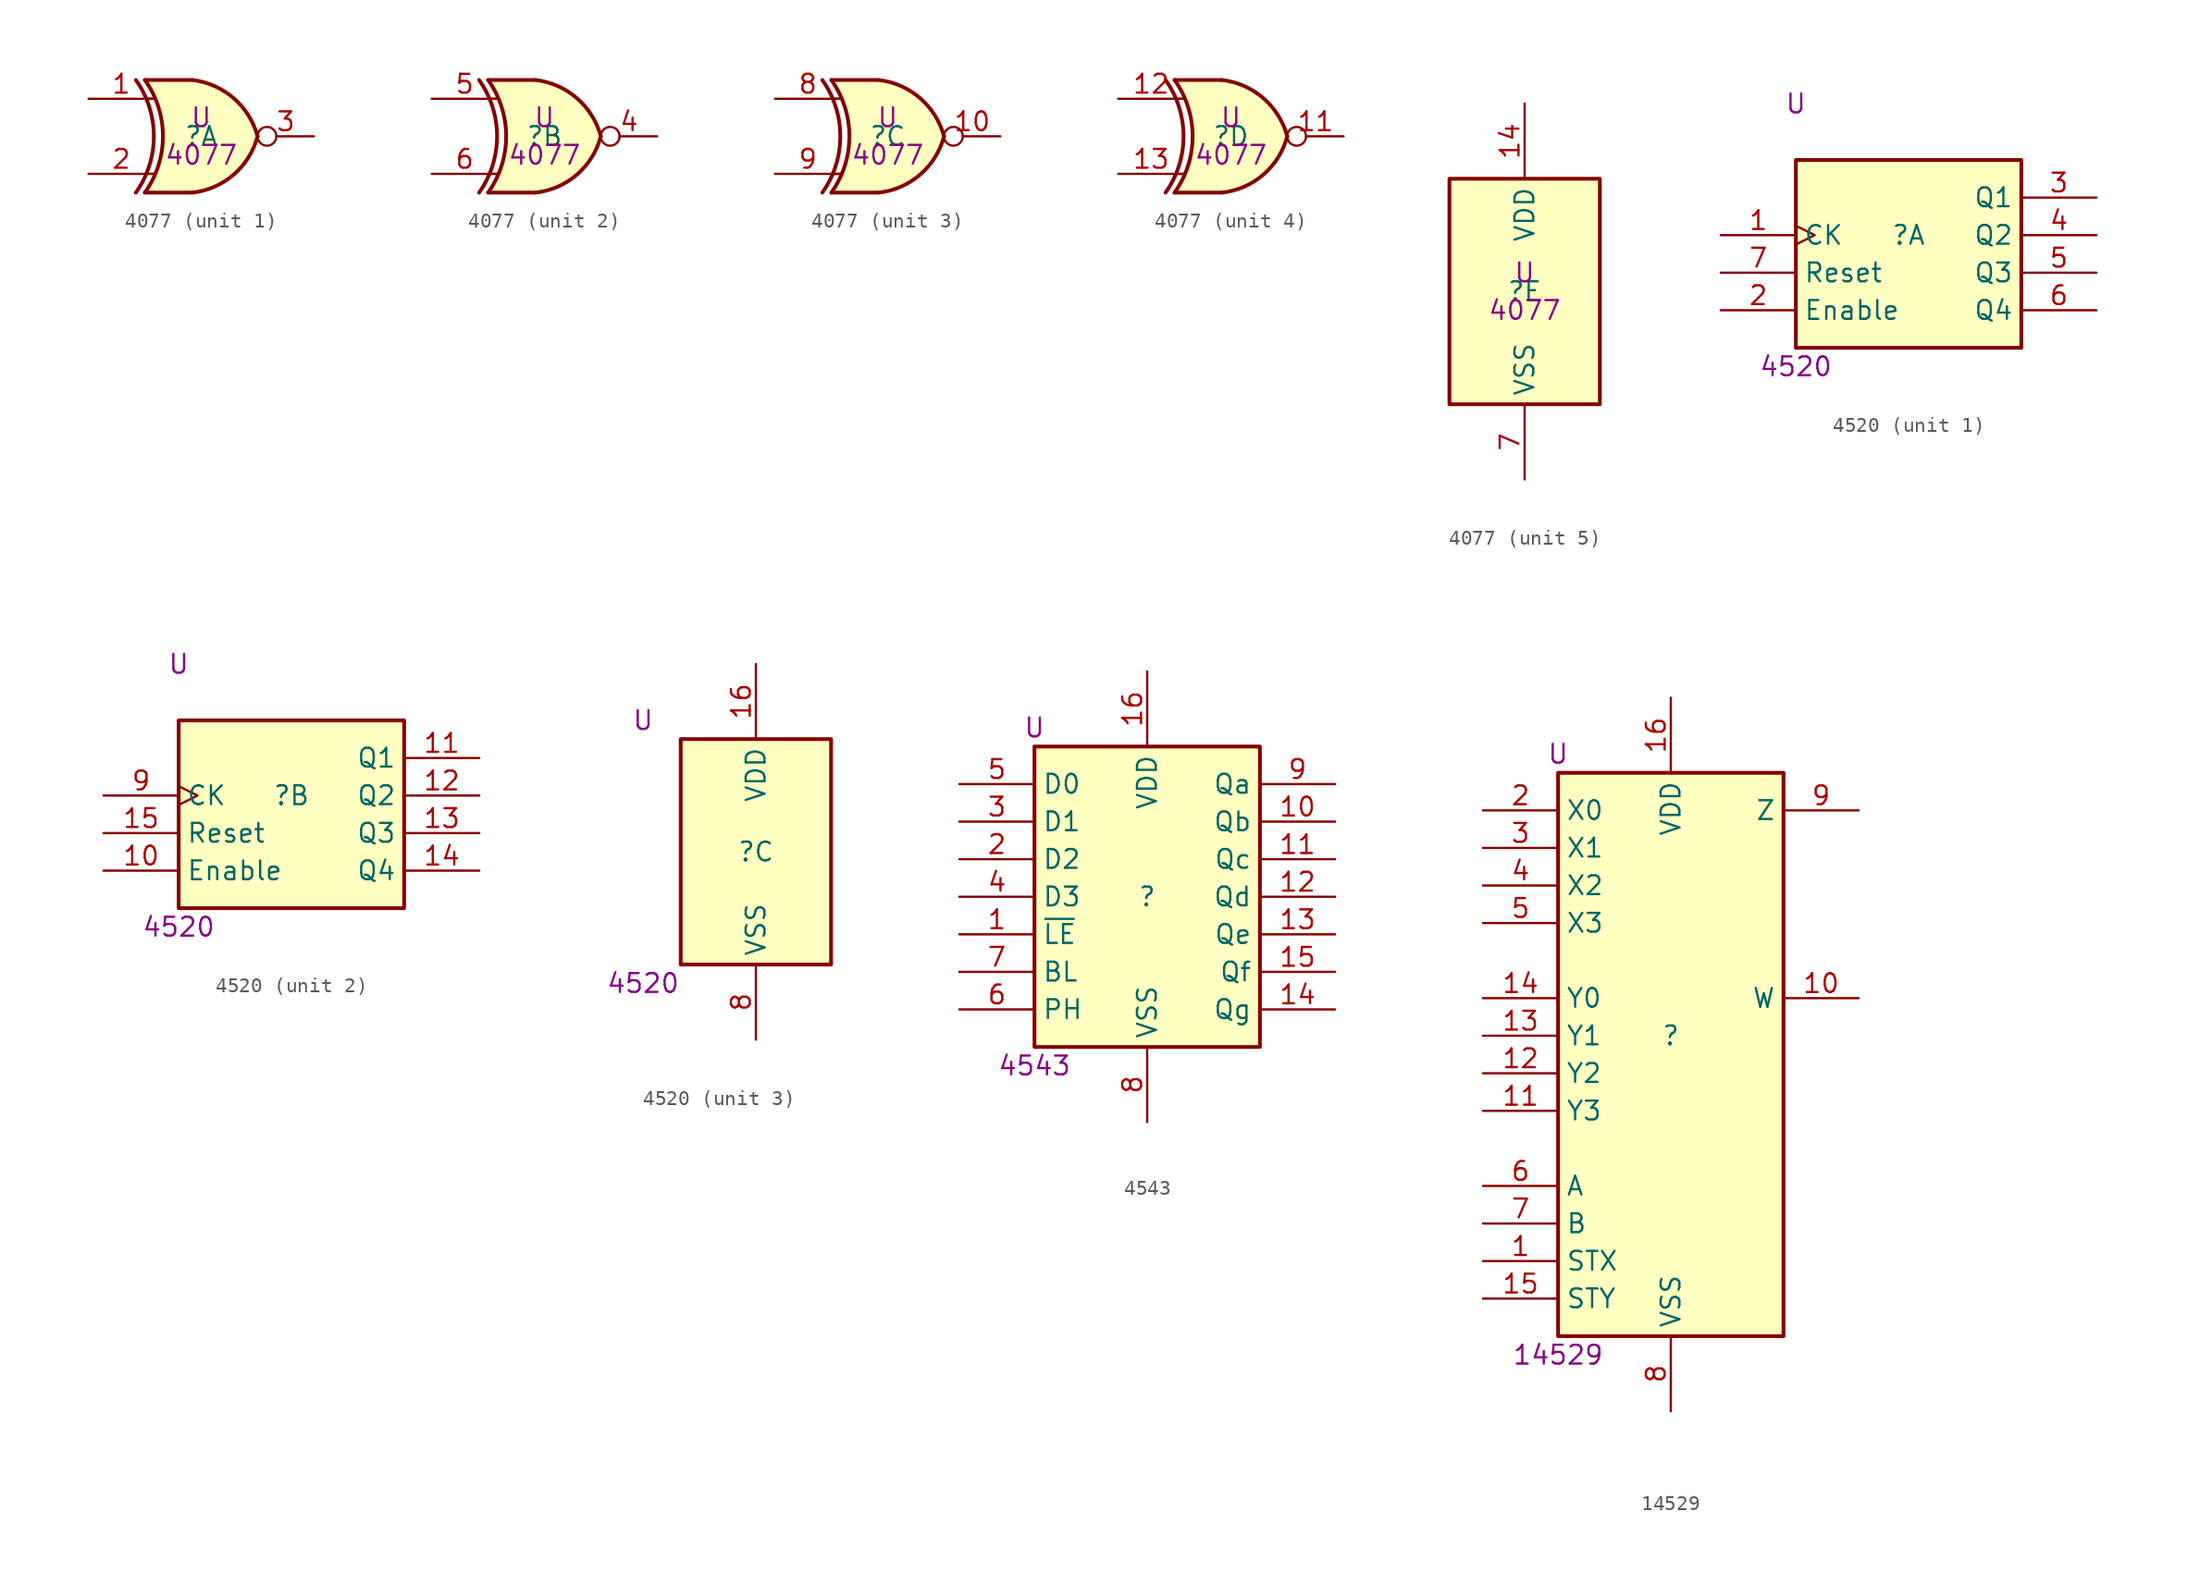
<source format=kicad_sym>
(kicad_symbol_lib
  (version 20200126)
  (host kicad_symbol_editor "(5.99.0-1075-g01a6d0067)")
  (symbol "4077"
    (property "ki_reference" "U"
      (at 0 1.27 0))
    (property "ki_value" "4077"
      (at 0 -1.27 0))
    (property "ki_locked" ""
      (at 0 0 0))
    (symbol "4077_1_0"
      (arc (start -4.4196 3.81) (end -4.4196 -3.81) (radius (at -9.779 0) (length 6.5532) (angles 35.4 -35.4)) (stroke (width 0.254)))
      (arc (start -3.81 3.81) (end -3.81 -3.81) (radius (at -9.144 0) (length 6.5532) (angles 35.4 -35.4)) (stroke (width 0.254)))
      (arc (start 3.81 0) (end -0.6096 3.81) (radius (at -1.1938 -1.3208) (length 5.1816) (angles 15 83.7)) (stroke (width 0.254)) (fill (type background)))
      (arc (start 3.81 0) (end -0.6096 -3.81) (radius (at -1.1938 1.3208) (length 5.1816) (angles -15 -83.7)) (stroke (width 0.254)) (fill (type background)))
      (polyline (pts (xy -3.81 -3.81) (xy -0.635 -3.81)) (stroke (width 0.254)) (fill (type background)))
      (polyline (pts (xy -3.81 3.81) (xy -0.635 3.81)) (stroke (width 0.254)) (fill (type background)))
      (polyline (pts (xy -0.635 3.81) (xy -3.81 3.81) (xy -3.81 3.81) (xy -3.556 3.404) (xy -3.023 2.261) (xy -2.692 1.041) (xy -2.616 -0.254) (xy -2.769 -1.499) (xy -3.175 -2.718) (xy -3.81 -3.81) (xy -3.81 -3.81) (xy -0.635 -3.81)) (stroke (width -25.4)) (fill (type background)))
      (pin input line (at -7.62 2.54 0) (length 4.445) (name "~") (number "1"))
      (pin input line (at -7.62 -2.54 0) (length 4.445) (name "~") (number "2"))
      (pin output inverted (at 7.62 0 180) (length 3.81) (name "~") (number "3")))
    (symbol "4077_2_0"
      (arc (start -4.4196 3.81) (end -4.4196 -3.81) (radius (at -9.779 0) (length 6.5532) (angles 35.4 -35.4)) (stroke (width 0.254)))
      (arc (start -3.81 3.81) (end -3.81 -3.81) (radius (at -9.144 0) (length 6.5532) (angles 35.4 -35.4)) (stroke (width 0.254)))
      (arc (start 3.81 0) (end -0.6096 3.81) (radius (at -1.1938 -1.3208) (length 5.1816) (angles 15 83.7)) (stroke (width 0.254)) (fill (type background)))
      (arc (start 3.81 0) (end -0.6096 -3.81) (radius (at -1.1938 1.3208) (length 5.1816) (angles -15 -83.7)) (stroke (width 0.254)) (fill (type background)))
      (polyline (pts (xy -3.81 -3.81) (xy -0.635 -3.81)) (stroke (width 0.254)) (fill (type background)))
      (polyline (pts (xy -3.81 3.81) (xy -0.635 3.81)) (stroke (width 0.254)) (fill (type background)))
      (polyline (pts (xy -0.635 3.81) (xy -3.81 3.81) (xy -3.81 3.81) (xy -3.556 3.404) (xy -3.023 2.261) (xy -2.692 1.041) (xy -2.616 -0.254) (xy -2.769 -1.499) (xy -3.175 -2.718) (xy -3.81 -3.81) (xy -3.81 -3.81) (xy -0.635 -3.81)) (stroke (width -25.4)) (fill (type background)))
      (pin output inverted (at 7.62 0 180) (length 3.81) (name "~") (number "4"))
      (pin input line (at -7.62 2.54 0) (length 4.445) (name "~") (number "5"))
      (pin input line (at -7.62 -2.54 0) (length 4.445) (name "~") (number "6")))
    (symbol "4077_3_0"
      (arc (start -4.4196 3.81) (end -4.4196 -3.81) (radius (at -9.779 0) (length 6.5532) (angles 35.4 -35.4)) (stroke (width 0.254)))
      (arc (start -3.81 3.81) (end -3.81 -3.81) (radius (at -9.144 0) (length 6.5532) (angles 35.4 -35.4)) (stroke (width 0.254)))
      (arc (start 3.81 0) (end -0.6096 3.81) (radius (at -1.1938 -1.3208) (length 5.1816) (angles 15 83.7)) (stroke (width 0.254)) (fill (type background)))
      (arc (start 3.81 0) (end -0.6096 -3.81) (radius (at -1.1938 1.3208) (length 5.1816) (angles -15 -83.7)) (stroke (width 0.254)) (fill (type background)))
      (polyline (pts (xy -3.81 -3.81) (xy -0.635 -3.81)) (stroke (width 0.254)) (fill (type background)))
      (polyline (pts (xy -3.81 3.81) (xy -0.635 3.81)) (stroke (width 0.254)) (fill (type background)))
      (polyline (pts (xy -0.635 3.81) (xy -3.81 3.81) (xy -3.81 3.81) (xy -3.556 3.404) (xy -3.023 2.261) (xy -2.692 1.041) (xy -2.616 -0.254) (xy -2.769 -1.499) (xy -3.175 -2.718) (xy -3.81 -3.81) (xy -3.81 -3.81) (xy -0.635 -3.81)) (stroke (width -25.4)) (fill (type background)))
      (pin output inverted (at 7.62 0 180) (length 3.81) (name "~") (number "10"))
      (pin input line (at -7.62 2.54 0) (length 4.445) (name "~") (number "8"))
      (pin input line (at -7.62 -2.54 0) (length 4.445) (name "~") (number "9")))
    (symbol "4077_4_0"
      (arc (start -4.4196 3.81) (end -4.4196 -3.81) (radius (at -9.779 0) (length 6.5532) (angles 35.4 -35.4)) (stroke (width 0.254)))
      (arc (start -3.81 3.81) (end -3.81 -3.81) (radius (at -9.144 0) (length 6.5532) (angles 35.4 -35.4)) (stroke (width 0.254)))
      (arc (start 3.81 0) (end -0.6096 3.81) (radius (at -1.1938 -1.3208) (length 5.1816) (angles 15 83.7)) (stroke (width 0.254)) (fill (type background)))
      (arc (start 3.81 0) (end -0.6096 -3.81) (radius (at -1.1938 1.3208) (length 5.1816) (angles -15 -83.7)) (stroke (width 0.254)) (fill (type background)))
      (polyline (pts (xy -3.81 -3.81) (xy -0.635 -3.81)) (stroke (width 0.254)) (fill (type background)))
      (polyline (pts (xy -3.81 3.81) (xy -0.635 3.81)) (stroke (width 0.254)) (fill (type background)))
      (polyline (pts (xy -0.635 3.81) (xy -3.81 3.81) (xy -3.81 3.81) (xy -3.556 3.404) (xy -3.023 2.261) (xy -2.692 1.041) (xy -2.616 -0.254) (xy -2.769 -1.499) (xy -3.175 -2.718) (xy -3.81 -3.81) (xy -3.81 -3.81) (xy -0.635 -3.81)) (stroke (width -25.4)) (fill (type background)))
      (pin output inverted (at 7.62 0 180) (length 3.81) (name "~") (number "11"))
      (pin input line (at -7.62 2.54 0) (length 4.445) (name "~") (number "12"))
      (pin input line (at -7.62 -2.54 0) (length 4.445) (name "~") (number "13")))
    (symbol "4077_5_1"
      (rectangle (start -5.08 7.62) (end 5.08 -7.62) (stroke (width 0.254)) (fill (type background))))
    (symbol "4077_1_1"
      (polyline (pts (xy -3.81 -2.54) (xy -3.175 -2.54)))
      (polyline (pts (xy -3.81 2.54) (xy -3.175 2.54))))
    (symbol "4077_2_1"
      (polyline (pts (xy -3.81 -2.54) (xy -3.175 -2.54)))
      (polyline (pts (xy -3.81 2.54) (xy -3.175 2.54))))
    (symbol "4077_3_1"
      (polyline (pts (xy -3.81 -2.54) (xy -3.175 -2.54)))
      (polyline (pts (xy -3.81 2.54) (xy -3.175 2.54))))
    (symbol "4077_4_1"
      (polyline (pts (xy -3.81 -2.54) (xy -3.175 -2.54)))
      (polyline (pts (xy -3.81 2.54) (xy -3.175 2.54))))
    (symbol "4077_5_0"
      (pin power_in line (at 0 12.7 270) (length 5.08) (name "VDD") (number "14"))
      (pin power_in line (at 0 -12.7 90) (length 5.08) (name "VSS") (number "7"))))
  (symbol "4520"
    (property "ki_reference" "U"
      (at -7.62 8.89 0))
    (property "ki_value" "4520"
      (at -7.62 -8.89 0))
    (property "ki_locked" ""
      (at 0 0 0))
    (symbol "4520_1_1"
      (rectangle (start -7.62 5.08) (end 7.62 -7.62) (stroke (width 0.254)) (fill (type background))))
    (symbol "4520_2_1"
      (rectangle (start -7.62 5.08) (end 7.62 -7.62) (stroke (width 0.254)) (fill (type background))))
    (symbol "4520_3_1"
      (rectangle (start -5.08 7.62) (end 5.08 -7.62) (stroke (width 0.254)) (fill (type background))))
    (symbol "4520_1_0"
      (pin input clock (at -12.7 0 0) (length 5.08) (name "CK") (number "1"))
      (pin input line (at -12.7 -5.08 0) (length 5.08) (name "Enable") (number "2"))
      (pin output line (at 12.7 2.54 180) (length 5.08) (name "Q1") (number "3"))
      (pin output line (at 12.7 0 180) (length 5.08) (name "Q2") (number "4"))
      (pin output line (at 12.7 -2.54 180) (length 5.08) (name "Q3") (number "5"))
      (pin output line (at 12.7 -5.08 180) (length 5.08) (name "Q4") (number "6"))
      (pin input line (at -12.7 -2.54 0) (length 5.08) (name "Reset") (number "7")))
    (symbol "4520_2_0"
      (pin input line (at -12.7 -5.08 0) (length 5.08) (name "Enable") (number "10"))
      (pin output line (at 12.7 2.54 180) (length 5.08) (name "Q1") (number "11"))
      (pin output line (at 12.7 0 180) (length 5.08) (name "Q2") (number "12"))
      (pin output line (at 12.7 -2.54 180) (length 5.08) (name "Q3") (number "13"))
      (pin output line (at 12.7 -5.08 180) (length 5.08) (name "Q4") (number "14"))
      (pin input line (at -12.7 -2.54 0) (length 5.08) (name "Reset") (number "15"))
      (pin input clock (at -12.7 0 0) (length 5.08) (name "CK") (number "9")))
    (symbol "4520_3_0"
      (pin power_in line (at 0 12.7 270) (length 5.08) (name "VDD") (number "16"))
      (pin power_in line (at 0 -12.7 90) (length 5.08) (name "VSS") (number "8"))))
  (symbol "4543"
    (property "ki_reference" "U"
      (at -7.62 11.43 0))
    (property "ki_value" "4543"
      (at -7.62 -11.43 0))
    (property "ki_locked" ""
      (at 0 0 0))
    (symbol "4543_1_1"
      (rectangle (start -7.62 10.16) (end 7.62 -10.16) (stroke (width 0.254)) (fill (type background))))
    (symbol "4543_1_0"
      (pin input line (at -12.7 -2.54 0) (length 5.08) (name "~LE") (number "1"))
      (pin output line (at 12.7 5.08 180) (length 5.08) (name "Qb") (number "10"))
      (pin output line (at 12.7 2.54 180) (length 5.08) (name "Qc") (number "11"))
      (pin output line (at 12.7 0 180) (length 5.08) (name "Qd") (number "12"))
      (pin output line (at 12.7 -2.54 180) (length 5.08) (name "Qe") (number "13"))
      (pin output line (at 12.7 -7.62 180) (length 5.08) (name "Qg") (number "14"))
      (pin output line (at 12.7 -5.08 180) (length 5.08) (name "Qf") (number "15"))
      (pin power_in line (at 0 15.24 270) (length 5.08) (name "VDD") (number "16"))
      (pin input line (at -12.7 2.54 0) (length 5.08) (name "D2") (number "2"))
      (pin input line (at -12.7 5.08 0) (length 5.08) (name "D1") (number "3"))
      (pin input line (at -12.7 0 0) (length 5.08) (name "D3") (number "4"))
      (pin input line (at -12.7 7.62 0) (length 5.08) (name "D0") (number "5"))
      (pin input line (at -12.7 -7.62 0) (length 5.08) (name "PH") (number "6"))
      (pin input line (at -12.7 -5.08 0) (length 5.08) (name "BL") (number "7"))
      (pin power_in line (at 0 -15.24 90) (length 5.08) (name "VSS") (number "8"))
      (pin output line (at 12.7 7.62 180) (length 5.08) (name "Qa") (number "9"))))
  (symbol "14529"
    (property "ki_reference" "U"
      (at -7.62 19.05 0))
    (property "ki_value" "14529"
      (at -7.62 -21.59 0))
    (property "ki_locked" ""
      (at 0 0 0))
    (symbol "14529_1_1"
      (rectangle (start -7.62 17.78) (end 7.62 -20.32) (stroke (width 0.254)) (fill (type background))))
    (symbol "14529_1_0"
      (pin input line (at -12.7 -15.24 0) (length 5.08) (name "STX") (number "1"))
      (pin tri_state line (at 12.7 2.54 180) (length 5.08) (name "W") (number "10"))
      (pin input line (at -12.7 -5.08 0) (length 5.08) (name "Y3") (number "11"))
      (pin input line (at -12.7 -2.54 0) (length 5.08) (name "Y2") (number "12"))
      (pin input line (at -12.7 0 0) (length 5.08) (name "Y1") (number "13"))
      (pin input line (at -12.7 2.54 0) (length 5.08) (name "Y0") (number "14"))
      (pin input line (at -12.7 -17.78 0) (length 5.08) (name "STY") (number "15"))
      (pin power_in line (at 0 22.86 270) (length 5.08) (name "VDD") (number "16"))
      (pin input line (at -12.7 15.24 0) (length 5.08) (name "X0") (number "2"))
      (pin input line (at -12.7 12.7 0) (length 5.08) (name "X1") (number "3"))
      (pin input line (at -12.7 10.16 0) (length 5.08) (name "X2") (number "4"))
      (pin input line (at -12.7 7.62 0) (length 5.08) (name "X3") (number "5"))
      (pin input line (at -12.7 -10.16 0) (length 5.08) (name "A") (number "6"))
      (pin input line (at -12.7 -12.7 0) (length 5.08) (name "B") (number "7"))
      (pin power_in line (at 0 -25.4 90) (length 5.08) (name "VSS") (number "8"))
      (pin tri_state line (at 12.7 15.24 180) (length 5.08) (name "Z") (number "9")))))
</source>
